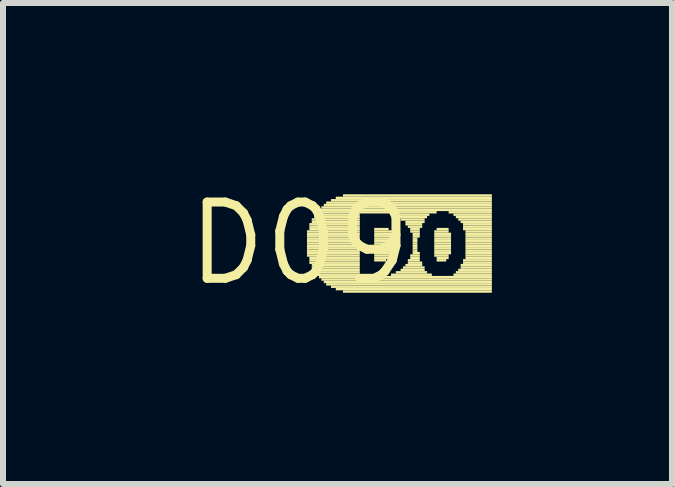
<source format=kicad_pcb>
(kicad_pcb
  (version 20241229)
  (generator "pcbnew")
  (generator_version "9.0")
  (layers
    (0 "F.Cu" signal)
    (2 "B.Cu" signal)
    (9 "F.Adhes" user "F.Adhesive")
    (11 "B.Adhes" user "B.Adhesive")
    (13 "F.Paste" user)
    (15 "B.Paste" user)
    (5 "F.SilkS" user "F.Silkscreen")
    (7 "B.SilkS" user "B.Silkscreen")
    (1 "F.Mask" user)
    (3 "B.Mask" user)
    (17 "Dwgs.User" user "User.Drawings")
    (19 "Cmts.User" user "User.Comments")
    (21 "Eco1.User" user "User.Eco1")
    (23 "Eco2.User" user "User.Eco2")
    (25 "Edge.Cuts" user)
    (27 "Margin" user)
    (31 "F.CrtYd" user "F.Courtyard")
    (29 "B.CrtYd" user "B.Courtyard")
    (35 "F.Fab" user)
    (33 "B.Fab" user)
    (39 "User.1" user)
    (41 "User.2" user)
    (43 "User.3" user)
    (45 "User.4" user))
  (footprint "D09"
    (layer "F.Cu")
    (at 1.943 1.006)
    (property "Reference" "D09" (at 0 0 0) (layer "F.SilkS") (effects (font (size 1.27 1.27) (thickness 0.15))))
    (fp_poly (pts (xy 0.12 -0.18) (xy 1 -0.18) (xy 1 -0.22) (xy 0.12 -0.22)) (stroke (width 0) (type default)) (fill yes) (layer "F.SilkS"))
    (fp_poly (pts (xy 0.12 -0.14) (xy 1 -0.14) (xy 1 -0.18) (xy 0.12 -0.18)) (stroke (width 0) (type default)) (fill yes) (layer "F.SilkS"))
    (fp_poly (pts (xy 0.12 -0.1) (xy 1 -0.1) (xy 1 -0.14) (xy 0.12 -0.14)) (stroke (width 0) (type default)) (fill yes) (layer "F.SilkS"))
    (fp_poly (pts (xy 0.12 -0.06) (xy 1 -0.06) (xy 1 -0.1) (xy 0.12 -0.1)) (stroke (width 0) (type default)) (fill yes) (layer "F.SilkS"))
    (fp_poly (pts (xy 0.12 -0.02) (xy 1 -0.02) (xy 1 -0.06) (xy 0.12 -0.06)) (stroke (width 0) (type default)) (fill yes) (layer "F.SilkS"))
    (fp_poly (pts (xy 0.12 0.02) (xy 1 0.02) (xy 1 -0.02) (xy 0.12 -0.02)) (stroke (width 0) (type default)) (fill yes) (layer "F.SilkS"))
    (fp_poly (pts (xy 0.12 0.06) (xy 1 0.06) (xy 1 0.02) (xy 0.12 0.02)) (stroke (width 0) (type default)) (fill yes) (layer "F.SilkS"))
    (fp_poly (pts (xy 0.12 0.1) (xy 1 0.1) (xy 1 0.06) (xy 0.12 0.06)) (stroke (width 0) (type default)) (fill yes) (layer "F.SilkS"))
    (fp_poly (pts (xy 0.12 0.14) (xy 1 0.14) (xy 1 0.1) (xy 0.12 0.1)) (stroke (width 0) (type default)) (fill yes) (layer "F.SilkS"))
    (fp_poly (pts (xy 0.12 0.18) (xy 1 0.18) (xy 1 0.14) (xy 0.12 0.14)) (stroke (width 0) (type default)) (fill yes) (layer "F.SilkS"))
    (fp_poly (pts (xy 0.12 0.22) (xy 1 0.22) (xy 1 0.18) (xy 0.12 0.18)) (stroke (width 0) (type default)) (fill yes) (layer "F.SilkS"))
    (fp_poly (pts (xy 0.16 -0.3) (xy 1 -0.3) (xy 1 -0.34) (xy 0.16 -0.34)) (stroke (width 0) (type default)) (fill yes) (layer "F.SilkS"))
    (fp_poly (pts (xy 0.16 -0.26) (xy 1 -0.26) (xy 1 -0.3) (xy 0.16 -0.3)) (stroke (width 0) (type default)) (fill yes) (layer "F.SilkS"))
    (fp_poly (pts (xy 0.16 -0.22) (xy 1 -0.22) (xy 1 -0.26) (xy 0.16 -0.26)) (stroke (width 0) (type default)) (fill yes) (layer "F.SilkS"))
    (fp_poly (pts (xy 0.16 0.26) (xy 1 0.26) (xy 1 0.22) (xy 0.16 0.22)) (stroke (width 0) (type default)) (fill yes) (layer "F.SilkS"))
    (fp_poly (pts (xy 0.16 0.3) (xy 1 0.3) (xy 1 0.26) (xy 0.16 0.26)) (stroke (width 0) (type default)) (fill yes) (layer "F.SilkS"))
    (fp_poly (pts (xy 0.16 0.34) (xy 1 0.34) (xy 1 0.3) (xy 0.16 0.3)) (stroke (width 0) (type default)) (fill yes) (layer "F.SilkS"))
    (fp_poly (pts (xy 0.2 -0.38) (xy 1 -0.38) (xy 1 -0.42) (xy 0.2 -0.42)) (stroke (width 0) (type default)) (fill yes) (layer "F.SilkS"))
    (fp_poly (pts (xy 0.2 -0.34) (xy 1 -0.34) (xy 1 -0.38) (xy 0.2 -0.38)) (stroke (width 0) (type default)) (fill yes) (layer "F.SilkS"))
    (fp_poly (pts (xy 0.2 0.38) (xy 1 0.38) (xy 1 0.34) (xy 0.2 0.34)) (stroke (width 0) (type default)) (fill yes) (layer "F.SilkS"))
    (fp_poly (pts (xy 0.2 0.42) (xy 1 0.42) (xy 1 0.38) (xy 0.2 0.38)) (stroke (width 0) (type default)) (fill yes) (layer "F.SilkS"))
    (fp_poly (pts (xy 0.24 -0.46) (xy 1 -0.46) (xy 1 -0.5) (xy 0.24 -0.5)) (stroke (width 0) (type default)) (fill yes) (layer "F.SilkS"))
    (fp_poly (pts (xy 0.24 -0.42) (xy 1 -0.42) (xy 1 -0.46) (xy 0.24 -0.46)) (stroke (width 0) (type default)) (fill yes) (layer "F.SilkS"))
    (fp_poly (pts (xy 0.24 0.46) (xy 1 0.46) (xy 1 0.42) (xy 0.24 0.42)) (stroke (width 0) (type default)) (fill yes) (layer "F.SilkS"))
    (fp_poly (pts (xy 0.24 0.5) (xy 1 0.5) (xy 1 0.46) (xy 0.24 0.46)) (stroke (width 0) (type default)) (fill yes) (layer "F.SilkS"))
    (fp_poly (pts (xy 0.28 -0.5) (xy 2.28 -0.5) (xy 2.28 -0.54) (xy 0.28 -0.54)) (stroke (width 0) (type default)) (fill yes) (layer "F.SilkS"))
    (fp_poly (pts (xy 0.28 0.54) (xy 1 0.54) (xy 1 0.5) (xy 0.28 0.5)) (stroke (width 0) (type default)) (fill yes) (layer "F.SilkS"))
    (fp_poly (pts (xy 0.32 -0.54) (xy 3.2 -0.54) (xy 3.2 -0.58) (xy 0.32 -0.58)) (stroke (width 0) (type default)) (fill yes) (layer "F.SilkS"))
    (fp_poly (pts (xy 0.32 0.58) (xy 3.2 0.58) (xy 3.2 0.54) (xy 0.32 0.54)) (stroke (width 0) (type default)) (fill yes) (layer "F.SilkS"))
    (fp_poly (pts (xy 0.36 -0.58) (xy 3.2 -0.58) (xy 3.2 -0.62) (xy 0.36 -0.62)) (stroke (width 0) (type default)) (fill yes) (layer "F.SilkS"))
    (fp_poly (pts (xy 0.36 0.62) (xy 3.2 0.62) (xy 3.2 0.58) (xy 0.36 0.58)) (stroke (width 0) (type default)) (fill yes) (layer "F.SilkS"))
    (fp_poly (pts (xy 0.4 -0.62) (xy 3.2 -0.62) (xy 3.2 -0.66) (xy 0.4 -0.66)) (stroke (width 0) (type default)) (fill yes) (layer "F.SilkS"))
    (fp_poly (pts (xy 0.4 0.66) (xy 3.2 0.66) (xy 3.2 0.62) (xy 0.4 0.62)) (stroke (width 0) (type default)) (fill yes) (layer "F.SilkS"))
    (fp_poly (pts (xy 0.44 -0.66) (xy 3.2 -0.66) (xy 3.2 -0.7) (xy 0.44 -0.7)) (stroke (width 0) (type default)) (fill yes) (layer "F.SilkS"))
    (fp_poly (pts (xy 0.44 0.7) (xy 3.2 0.7) (xy 3.2 0.66) (xy 0.44 0.66)) (stroke (width 0) (type default)) (fill yes) (layer "F.SilkS"))
    (fp_poly (pts (xy 0.52 -0.7) (xy 3.2 -0.7) (xy 3.2 -0.74) (xy 0.52 -0.74)) (stroke (width 0) (type default)) (fill yes) (layer "F.SilkS"))
    (fp_poly (pts (xy 0.52 0.74) (xy 3.2 0.74) (xy 3.2 0.7) (xy 0.52 0.7)) (stroke (width 0) (type default)) (fill yes) (layer "F.SilkS"))
    (fp_poly (pts (xy 0.6 -0.74) (xy 3.2 -0.74) (xy 3.2 -0.78) (xy 0.6 -0.78)) (stroke (width 0) (type default)) (fill yes) (layer "F.SilkS"))
    (fp_poly (pts (xy 0.6 0.78) (xy 3.2 0.78) (xy 3.2 0.74) (xy 0.6 0.74)) (stroke (width 0) (type default)) (fill yes) (layer "F.SilkS"))
    (fp_poly (pts (xy 0.72 -0.78) (xy 3.2 -0.78) (xy 3.2 -0.82) (xy 0.72 -0.82)) (stroke (width 0) (type default)) (fill yes) (layer "F.SilkS"))
    (fp_poly (pts (xy 0.72 0.82) (xy 3.2 0.82) (xy 3.2 0.78) (xy 0.72 0.78)) (stroke (width 0) (type default)) (fill yes) (layer "F.SilkS"))
    (fp_poly (pts (xy 1.24 -0.22) (xy 1.48 -0.22) (xy 1.48 -0.26) (xy 1.24 -0.26)) (stroke (width 0) (type default)) (fill yes) (layer "F.SilkS"))
    (fp_poly (pts (xy 1.24 -0.18) (xy 1.56 -0.18) (xy 1.56 -0.22) (xy 1.24 -0.22)) (stroke (width 0) (type default)) (fill yes) (layer "F.SilkS"))
    (fp_poly (pts (xy 1.24 -0.14) (xy 1.6 -0.14) (xy 1.6 -0.18) (xy 1.24 -0.18)) (stroke (width 0) (type default)) (fill yes) (layer "F.SilkS"))
    (fp_poly (pts (xy 1.24 -0.1) (xy 1.6 -0.1) (xy 1.6 -0.14) (xy 1.24 -0.14)) (stroke (width 0) (type default)) (fill yes) (layer "F.SilkS"))
    (fp_poly (pts (xy 1.24 -0.06) (xy 1.64 -0.06) (xy 1.64 -0.1) (xy 1.24 -0.1)) (stroke (width 0) (type default)) (fill yes) (layer "F.SilkS"))
    (fp_poly (pts (xy 1.24 -0.02) (xy 1.64 -0.02) (xy 1.64 -0.06) (xy 1.24 -0.06)) (stroke (width 0) (type default)) (fill yes) (layer "F.SilkS"))
    (fp_poly (pts (xy 1.24 0.02) (xy 1.64 0.02) (xy 1.64 -0.02) (xy 1.24 -0.02)) (stroke (width 0) (type default)) (fill yes) (layer "F.SilkS"))
    (fp_poly (pts (xy 1.24 0.06) (xy 1.64 0.06) (xy 1.64 0.02) (xy 1.24 0.02)) (stroke (width 0) (type default)) (fill yes) (layer "F.SilkS"))
    (fp_poly (pts (xy 1.24 0.1) (xy 1.64 0.1) (xy 1.64 0.06) (xy 1.24 0.06)) (stroke (width 0) (type default)) (fill yes) (layer "F.SilkS"))
    (fp_poly (pts (xy 1.24 0.14) (xy 1.64 0.14) (xy 1.64 0.1) (xy 1.24 0.1)) (stroke (width 0) (type default)) (fill yes) (layer "F.SilkS"))
    (fp_poly (pts (xy 1.24 0.18) (xy 1.6 0.18) (xy 1.6 0.14) (xy 1.24 0.14)) (stroke (width 0) (type default)) (fill yes) (layer "F.SilkS"))
    (fp_poly (pts (xy 1.24 0.22) (xy 1.56 0.22) (xy 1.56 0.18) (xy 1.24 0.18)) (stroke (width 0) (type default)) (fill yes) (layer "F.SilkS"))
    (fp_poly (pts (xy 1.24 0.26) (xy 1.52 0.26) (xy 1.52 0.22) (xy 1.24 0.22)) (stroke (width 0) (type default)) (fill yes) (layer "F.SilkS"))
    (fp_poly (pts (xy 1.24 0.3) (xy 1.44 0.3) (xy 1.44 0.26) (xy 1.24 0.26)) (stroke (width 0) (type default)) (fill yes) (layer "F.SilkS"))
    (fp_poly (pts (xy 1.52 0.54) (xy 2.2 0.54) (xy 2.2 0.5) (xy 1.52 0.5)) (stroke (width 0) (type default)) (fill yes) (layer "F.SilkS"))
    (fp_poly (pts (xy 1.56 -0.46) (xy 2.16 -0.46) (xy 2.16 -0.5) (xy 1.56 -0.5)) (stroke (width 0) (type default)) (fill yes) (layer "F.SilkS"))
    (fp_poly (pts (xy 1.6 0.5) (xy 2.12 0.5) (xy 2.12 0.46) (xy 1.6 0.46)) (stroke (width 0) (type default)) (fill yes) (layer "F.SilkS"))
    (fp_poly (pts (xy 1.64 -0.42) (xy 2.12 -0.42) (xy 2.12 -0.46) (xy 1.64 -0.46)) (stroke (width 0) (type default)) (fill yes) (layer "F.SilkS"))
    (fp_poly (pts (xy 1.68 -0.38) (xy 2.08 -0.38) (xy 2.08 -0.42) (xy 1.68 -0.42)) (stroke (width 0) (type default)) (fill yes) (layer "F.SilkS"))
    (fp_poly (pts (xy 1.68 0.46) (xy 2.08 0.46) (xy 2.08 0.42) (xy 1.68 0.42)) (stroke (width 0) (type default)) (fill yes) (layer "F.SilkS"))
    (fp_poly (pts (xy 1.72 0.42) (xy 2.08 0.42) (xy 2.08 0.38) (xy 1.72 0.38)) (stroke (width 0) (type default)) (fill yes) (layer "F.SilkS"))
    (fp_poly (pts (xy 1.76 -0.34) (xy 2.08 -0.34) (xy 2.08 -0.38) (xy 1.76 -0.38)) (stroke (width 0) (type default)) (fill yes) (layer "F.SilkS"))
    (fp_poly (pts (xy 1.76 -0.3) (xy 2.04 -0.3) (xy 2.04 -0.34) (xy 1.76 -0.34)) (stroke (width 0) (type default)) (fill yes) (layer "F.SilkS"))
    (fp_poly (pts (xy 1.76 0.38) (xy 2.04 0.38) (xy 2.04 0.34) (xy 1.76 0.34)) (stroke (width 0) (type default)) (fill yes) (layer "F.SilkS"))
    (fp_poly (pts (xy 1.8 -0.26) (xy 2.04 -0.26) (xy 2.04 -0.3) (xy 1.8 -0.3)) (stroke (width 0) (type default)) (fill yes) (layer "F.SilkS"))
    (fp_poly (pts (xy 1.8 0.3) (xy 2 0.3) (xy 2 0.26) (xy 1.8 0.26)) (stroke (width 0) (type default)) (fill yes) (layer "F.SilkS"))
    (fp_poly (pts (xy 1.8 0.34) (xy 2.04 0.34) (xy 2.04 0.3) (xy 1.8 0.3)) (stroke (width 0) (type default)) (fill yes) (layer "F.SilkS"))
    (fp_poly (pts (xy 1.84 -0.22) (xy 2 -0.22) (xy 2 -0.26) (xy 1.84 -0.26)) (stroke (width 0) (type default)) (fill yes) (layer "F.SilkS"))
    (fp_poly (pts (xy 1.84 -0.18) (xy 2 -0.18) (xy 2 -0.22) (xy 1.84 -0.22)) (stroke (width 0) (type default)) (fill yes) (layer "F.SilkS"))
    (fp_poly (pts (xy 1.84 0.22) (xy 2 0.22) (xy 2 0.18) (xy 1.84 0.18)) (stroke (width 0) (type default)) (fill yes) (layer "F.SilkS"))
    (fp_poly (pts (xy 1.84 0.26) (xy 2 0.26) (xy 2 0.22) (xy 1.84 0.22)) (stroke (width 0) (type default)) (fill yes) (layer "F.SilkS"))
    (fp_poly (pts (xy 1.88 -0.14) (xy 2 -0.14) (xy 2 -0.18) (xy 1.88 -0.18)) (stroke (width 0) (type default)) (fill yes) (layer "F.SilkS"))
    (fp_poly (pts (xy 1.88 -0.1) (xy 2 -0.1) (xy 2 -0.14) (xy 1.88 -0.14)) (stroke (width 0) (type default)) (fill yes) (layer "F.SilkS"))
    (fp_poly (pts (xy 1.88 -0.06) (xy 1.96 -0.06) (xy 1.96 -0.1) (xy 1.88 -0.1)) (stroke (width 0) (type default)) (fill yes) (layer "F.SilkS"))
    (fp_poly (pts (xy 1.88 -0.02) (xy 1.96 -0.02) (xy 1.96 -0.06) (xy 1.88 -0.06)) (stroke (width 0) (type default)) (fill yes) (layer "F.SilkS"))
    (fp_poly (pts (xy 1.88 0.02) (xy 1.96 0.02) (xy 1.96 -0.02) (xy 1.88 -0.02)) (stroke (width 0) (type default)) (fill yes) (layer "F.SilkS"))
    (fp_poly (pts (xy 1.88 0.06) (xy 1.96 0.06) (xy 1.96 0.02) (xy 1.88 0.02)) (stroke (width 0) (type default)) (fill yes) (layer "F.SilkS"))
    (fp_poly (pts (xy 1.88 0.1) (xy 1.96 0.1) (xy 1.96 0.06) (xy 1.88 0.06)) (stroke (width 0) (type default)) (fill yes) (layer "F.SilkS"))
    (fp_poly (pts (xy 1.88 0.14) (xy 1.96 0.14) (xy 1.96 0.1) (xy 1.88 0.1)) (stroke (width 0) (type default)) (fill yes) (layer "F.SilkS"))
    (fp_poly (pts (xy 1.88 0.18) (xy 2 0.18) (xy 2 0.14) (xy 1.88 0.14)) (stroke (width 0) (type default)) (fill yes) (layer "F.SilkS"))
    (fp_poly (pts (xy 2.24 -0.18) (xy 2.48 -0.18) (xy 2.48 -0.22) (xy 2.24 -0.22)) (stroke (width 0) (type default)) (fill yes) (layer "F.SilkS"))
    (fp_poly (pts (xy 2.24 -0.14) (xy 2.52 -0.14) (xy 2.52 -0.18) (xy 2.24 -0.18)) (stroke (width 0) (type default)) (fill yes) (layer "F.SilkS"))
    (fp_poly (pts (xy 2.24 -0.1) (xy 2.52 -0.1) (xy 2.52 -0.14) (xy 2.24 -0.14)) (stroke (width 0) (type default)) (fill yes) (layer "F.SilkS"))
    (fp_poly (pts (xy 2.24 -0.06) (xy 2.52 -0.06) (xy 2.52 -0.1) (xy 2.24 -0.1)) (stroke (width 0) (type default)) (fill yes) (layer "F.SilkS"))
    (fp_poly (pts (xy 2.24 -0.02) (xy 2.52 -0.02) (xy 2.52 -0.06) (xy 2.24 -0.06)) (stroke (width 0) (type default)) (fill yes) (layer "F.SilkS"))
    (fp_poly (pts (xy 2.24 0.02) (xy 2.52 0.02) (xy 2.52 -0.02) (xy 2.24 -0.02)) (stroke (width 0) (type default)) (fill yes) (layer "F.SilkS"))
    (fp_poly (pts (xy 2.24 0.06) (xy 2.52 0.06) (xy 2.52 0.02) (xy 2.24 0.02)) (stroke (width 0) (type default)) (fill yes) (layer "F.SilkS"))
    (fp_poly (pts (xy 2.24 0.1) (xy 2.52 0.1) (xy 2.52 0.06) (xy 2.24 0.06)) (stroke (width 0) (type default)) (fill yes) (layer "F.SilkS"))
    (fp_poly (pts (xy 2.24 0.14) (xy 2.52 0.14) (xy 2.52 0.1) (xy 2.24 0.1)) (stroke (width 0) (type default)) (fill yes) (layer "F.SilkS"))
    (fp_poly (pts (xy 2.24 0.18) (xy 2.52 0.18) (xy 2.52 0.14) (xy 2.24 0.14)) (stroke (width 0) (type default)) (fill yes) (layer "F.SilkS"))
    (fp_poly (pts (xy 2.24 0.22) (xy 2.48 0.22) (xy 2.48 0.18) (xy 2.24 0.18)) (stroke (width 0) (type default)) (fill yes) (layer "F.SilkS"))
    (fp_poly (pts (xy 2.28 -0.22) (xy 2.48 -0.22) (xy 2.48 -0.26) (xy 2.28 -0.26)) (stroke (width 0) (type default)) (fill yes) (layer "F.SilkS"))
    (fp_poly (pts (xy 2.28 0.26) (xy 2.48 0.26) (xy 2.48 0.22) (xy 2.28 0.22)) (stroke (width 0) (type default)) (fill yes) (layer "F.SilkS"))
    (fp_poly (pts (xy 2.28 0.3) (xy 2.44 0.3) (xy 2.44 0.26) (xy 2.28 0.26)) (stroke (width 0) (type default)) (fill yes) (layer "F.SilkS"))
    (fp_poly (pts (xy 2.48 -0.5) (xy 3.2 -0.5) (xy 3.2 -0.54) (xy 2.48 -0.54)) (stroke (width 0) (type default)) (fill yes) (layer "F.SilkS"))
    (fp_poly (pts (xy 2.56 -0.46) (xy 3.2 -0.46) (xy 3.2 -0.5) (xy 2.56 -0.5)) (stroke (width 0) (type default)) (fill yes) (layer "F.SilkS"))
    (fp_poly (pts (xy 2.56 0.54) (xy 3.2 0.54) (xy 3.2 0.5) (xy 2.56 0.5)) (stroke (width 0) (type default)) (fill yes) (layer "F.SilkS"))
    (fp_poly (pts (xy 2.6 -0.42) (xy 3.2 -0.42) (xy 3.2 -0.46) (xy 2.6 -0.46)) (stroke (width 0) (type default)) (fill yes) (layer "F.SilkS"))
    (fp_poly (pts (xy 2.6 0.5) (xy 3.2 0.5) (xy 3.2 0.46) (xy 2.6 0.46)) (stroke (width 0) (type default)) (fill yes) (layer "F.SilkS"))
    (fp_poly (pts (xy 2.64 -0.38) (xy 3.2 -0.38) (xy 3.2 -0.42) (xy 2.64 -0.42)) (stroke (width 0) (type default)) (fill yes) (layer "F.SilkS"))
    (fp_poly (pts (xy 2.64 0.46) (xy 3.2 0.46) (xy 3.2 0.42) (xy 2.64 0.42)) (stroke (width 0) (type default)) (fill yes) (layer "F.SilkS"))
    (fp_poly (pts (xy 2.68 -0.34) (xy 3.2 -0.34) (xy 3.2 -0.38) (xy 2.68 -0.38)) (stroke (width 0) (type default)) (fill yes) (layer "F.SilkS"))
    (fp_poly (pts (xy 2.68 0.38) (xy 3.2 0.38) (xy 3.2 0.34) (xy 2.68 0.34)) (stroke (width 0) (type default)) (fill yes) (layer "F.SilkS"))
    (fp_poly (pts (xy 2.68 0.42) (xy 3.2 0.42) (xy 3.2 0.38) (xy 2.68 0.38)) (stroke (width 0) (type default)) (fill yes) (layer "F.SilkS"))
    (fp_poly (pts (xy 2.72 -0.3) (xy 3.2 -0.3) (xy 3.2 -0.34) (xy 2.72 -0.34)) (stroke (width 0) (type default)) (fill yes) (layer "F.SilkS"))
    (fp_poly (pts (xy 2.72 -0.26) (xy 3.2 -0.26) (xy 3.2 -0.3) (xy 2.72 -0.3)) (stroke (width 0) (type default)) (fill yes) (layer "F.SilkS"))
    (fp_poly (pts (xy 2.72 -0.22) (xy 3.2 -0.22) (xy 3.2 -0.26) (xy 2.72 -0.26)) (stroke (width 0) (type default)) (fill yes) (layer "F.SilkS"))
    (fp_poly (pts (xy 2.72 0.3) (xy 3.2 0.3) (xy 3.2 0.26) (xy 2.72 0.26)) (stroke (width 0) (type default)) (fill yes) (layer "F.SilkS"))
    (fp_poly (pts (xy 2.72 0.34) (xy 3.2 0.34) (xy 3.2 0.3) (xy 2.72 0.3)) (stroke (width 0) (type default)) (fill yes) (layer "F.SilkS"))
    (fp_poly (pts (xy 2.76 -0.18) (xy 3.2 -0.18) (xy 3.2 -0.22) (xy 2.76 -0.22)) (stroke (width 0) (type default)) (fill yes) (layer "F.SilkS"))
    (fp_poly (pts (xy 2.76 -0.14) (xy 3.2 -0.14) (xy 3.2 -0.18) (xy 2.76 -0.18)) (stroke (width 0) (type default)) (fill yes) (layer "F.SilkS"))
    (fp_poly (pts (xy 2.76 -0.1) (xy 3.2 -0.1) (xy 3.2 -0.14) (xy 2.76 -0.14)) (stroke (width 0) (type default)) (fill yes) (layer "F.SilkS"))
    (fp_poly (pts (xy 2.76 -0.06) (xy 3.2 -0.06) (xy 3.2 -0.1) (xy 2.76 -0.1)) (stroke (width 0) (type default)) (fill yes) (layer "F.SilkS"))
    (fp_poly (pts (xy 2.76 -0.02) (xy 3.2 -0.02) (xy 3.2 -0.06) (xy 2.76 -0.06)) (stroke (width 0) (type default)) (fill yes) (layer "F.SilkS"))
    (fp_poly (pts (xy 2.76 0.02) (xy 3.2 0.02) (xy 3.2 -0.02) (xy 2.76 -0.02)) (stroke (width 0) (type default)) (fill yes) (layer "F.SilkS"))
    (fp_poly (pts (xy 2.76 0.06) (xy 3.2 0.06) (xy 3.2 0.02) (xy 2.76 0.02)) (stroke (width 0) (type default)) (fill yes) (layer "F.SilkS"))
    (fp_poly (pts (xy 2.76 0.1) (xy 3.2 0.1) (xy 3.2 0.06) (xy 2.76 0.06)) (stroke (width 0) (type default)) (fill yes) (layer "F.SilkS"))
    (fp_poly (pts (xy 2.76 0.14) (xy 3.2 0.14) (xy 3.2 0.1) (xy 2.76 0.1)) (stroke (width 0) (type default)) (fill yes) (layer "F.SilkS"))
    (fp_poly (pts (xy 2.76 0.18) (xy 3.2 0.18) (xy 3.2 0.14) (xy 2.76 0.14)) (stroke (width 0) (type default)) (fill yes) (layer "F.SilkS"))
    (fp_poly (pts (xy 2.76 0.22) (xy 3.2 0.22) (xy 3.2 0.18) (xy 2.76 0.18)) (stroke (width 0) (type default)) (fill yes) (layer "F.SilkS"))
    (fp_poly (pts (xy 2.76 0.26) (xy 3.2 0.26) (xy 3.2 0.22) (xy 2.76 0.22)) (stroke (width 0) (type default)) (fill yes) (layer "F.SilkS")))
  (gr_rect
    (start -3 -3)
    (end 8.143 5.012)
    (stroke (width 0.1) (type default))
    (fill no)
    (layer "Edge.Cuts")))
</source>
